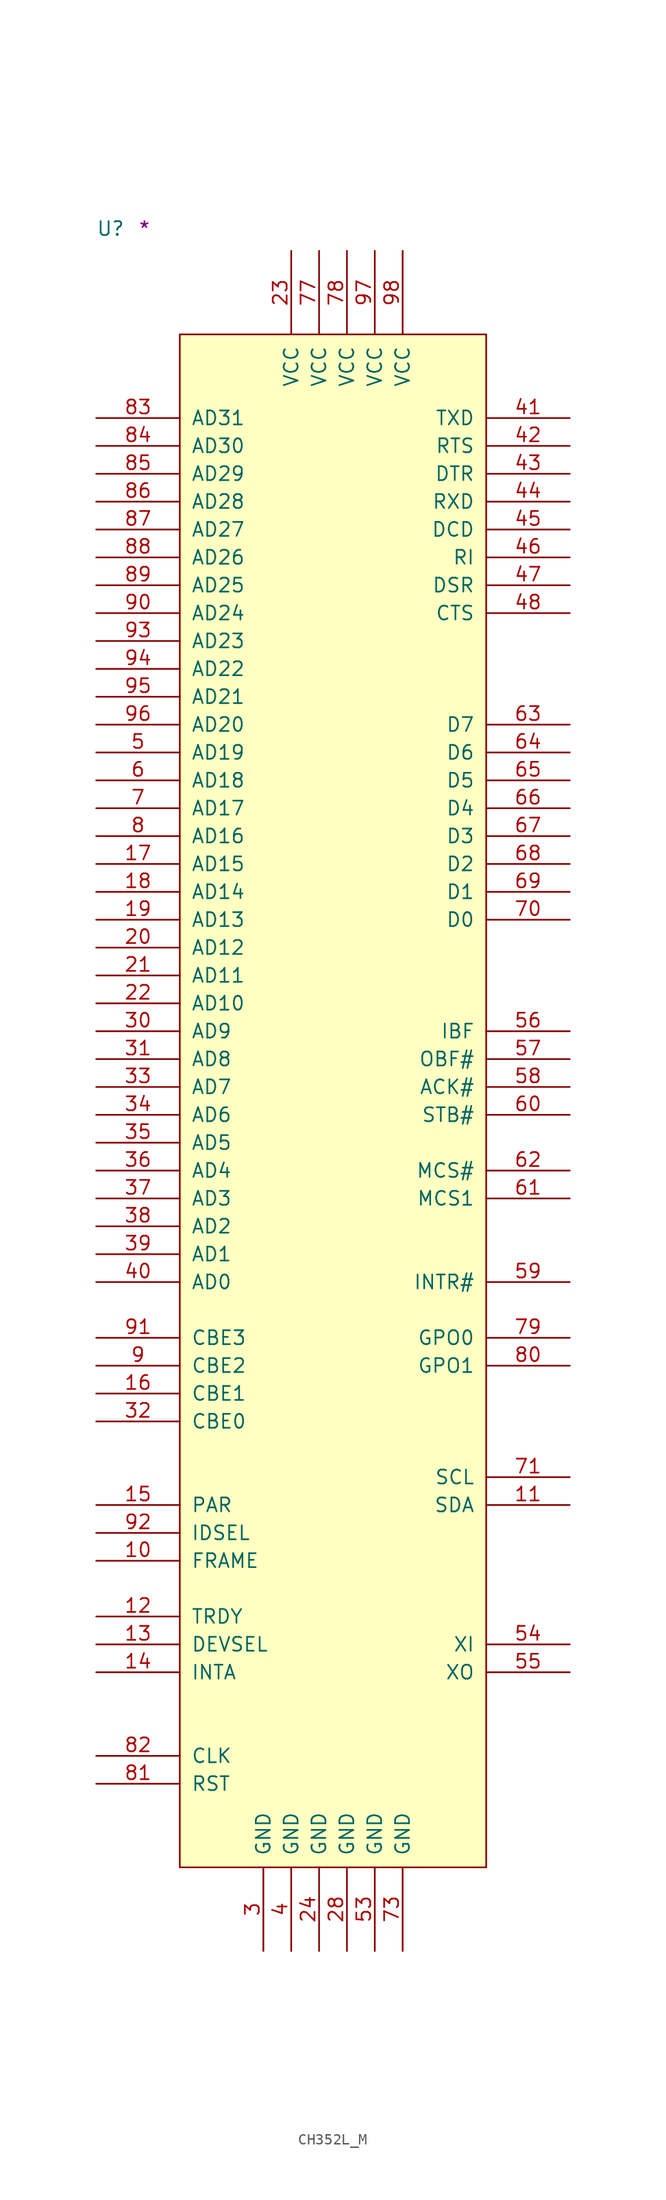
<source format=kicad_sym>
(kicad_symbol_lib
  (version 20211014)
  (generator kicad_symbol_editor)
  (symbol "CH352L_M"
    (pin_names
      (offset 1.016))
    (property "Reference" "U"
      (at -7.62 8.89 0)
      (effects (font (size 1.27 1.27)) (justify left bottom)))
    (property "Comment" "*"
      (at -3.81 8.89 0)
      (effects (font (size 1.27 1.27)) (justify left bottom)))
    (symbol "CH352L_M_1_1"
      (rectangle (start 0 -139.7) (end 27.94 0) (stroke (width 0) (type default) (color 0 0 0 0)) (fill (type background)))
      (pin input line (at -7.62 -111.76 0) (length 7.62) (name "FRAME" (effects (font (size 1.27 1.27)))) (number "10" (effects (font (size 1.27 1.27)))))
      (pin bidirectional line (at 35.56 -106.68 180) (length 7.62) (name "SDA" (effects (font (size 1.27 1.27)))) (number "11" (effects (font (size 1.27 1.27)))))
      (pin tri_state line (at -7.62 -116.84 0) (length 7.62) (name "TRDY" (effects (font (size 1.27 1.27)))) (number "12" (effects (font (size 1.27 1.27)))))
      (pin tri_state line (at -7.62 -119.38 0) (length 7.62) (name "DEVSEL" (effects (font (size 1.27 1.27)))) (number "13" (effects (font (size 1.27 1.27)))))
      (pin tri_state line (at -7.62 -121.92 0) (length 7.62) (name "INTA" (effects (font (size 1.27 1.27)))) (number "14" (effects (font (size 1.27 1.27)))))
      (pin tri_state line (at -7.62 -106.68 0) (length 7.62) (name "PAR" (effects (font (size 1.27 1.27)))) (number "15" (effects (font (size 1.27 1.27)))))
      (pin input line (at -7.62 -96.52 0) (length 7.62) (name "CBE1" (effects (font (size 1.27 1.27)))) (number "16" (effects (font (size 1.27 1.27)))))
      (pin bidirectional line (at -7.62 -48.26 0) (length 7.62) (name "AD15" (effects (font (size 1.27 1.27)))) (number "17" (effects (font (size 1.27 1.27)))))
      (pin bidirectional line (at -7.62 -50.8 0) (length 7.62) (name "AD14" (effects (font (size 1.27 1.27)))) (number "18" (effects (font (size 1.27 1.27)))))
      (pin bidirectional line (at -7.62 -53.34 0) (length 7.62) (name "AD13" (effects (font (size 1.27 1.27)))) (number "19" (effects (font (size 1.27 1.27)))))
      (pin bidirectional line (at -7.62 -55.88 0) (length 7.62) (name "AD12" (effects (font (size 1.27 1.27)))) (number "20" (effects (font (size 1.27 1.27)))))
      (pin bidirectional line (at -7.62 -58.42 0) (length 7.62) (name "AD11" (effects (font (size 1.27 1.27)))) (number "21" (effects (font (size 1.27 1.27)))))
      (pin bidirectional line (at -7.62 -60.96 0) (length 7.62) (name "AD10" (effects (font (size 1.27 1.27)))) (number "22" (effects (font (size 1.27 1.27)))))
      (pin power_in line (at 10.16 7.62 270) (length 7.62) (name "VCC" (effects (font (size 1.27 1.27)))) (number "23" (effects (font (size 1.27 1.27)))))
      (pin power_in line (at 12.7 -147.32 90) (length 7.62) (name "GND" (effects (font (size 1.27 1.27)))) (number "24" (effects (font (size 1.27 1.27)))))
      (pin power_in line (at 15.24 -147.32 90) (length 7.62) (name "GND" (effects (font (size 1.27 1.27)))) (number "28" (effects (font (size 1.27 1.27)))))
      (pin power_in line (at 7.62 -147.32 90) (length 7.62) (name "GND" (effects (font (size 1.27 1.27)))) (number "3" (effects (font (size 1.27 1.27)))))
      (pin bidirectional line (at -7.62 -63.5 0) (length 7.62) (name "AD9" (effects (font (size 1.27 1.27)))) (number "30" (effects (font (size 1.27 1.27)))))
      (pin bidirectional line (at -7.62 -66.04 0) (length 7.62) (name "AD8" (effects (font (size 1.27 1.27)))) (number "31" (effects (font (size 1.27 1.27)))))
      (pin input line (at -7.62 -99.06 0) (length 7.62) (name "CBE0" (effects (font (size 1.27 1.27)))) (number "32" (effects (font (size 1.27 1.27)))))
      (pin bidirectional line (at -7.62 -68.58 0) (length 7.62) (name "AD7" (effects (font (size 1.27 1.27)))) (number "33" (effects (font (size 1.27 1.27)))))
      (pin bidirectional line (at -7.62 -71.12 0) (length 7.62) (name "AD6" (effects (font (size 1.27 1.27)))) (number "34" (effects (font (size 1.27 1.27)))))
      (pin bidirectional line (at -7.62 -73.66 0) (length 7.62) (name "AD5" (effects (font (size 1.27 1.27)))) (number "35" (effects (font (size 1.27 1.27)))))
      (pin bidirectional line (at -7.62 -76.2 0) (length 7.62) (name "AD4" (effects (font (size 1.27 1.27)))) (number "36" (effects (font (size 1.27 1.27)))))
      (pin bidirectional line (at -7.62 -78.74 0) (length 7.62) (name "AD3" (effects (font (size 1.27 1.27)))) (number "37" (effects (font (size 1.27 1.27)))))
      (pin bidirectional line (at -7.62 -81.28 0) (length 7.62) (name "AD2" (effects (font (size 1.27 1.27)))) (number "38" (effects (font (size 1.27 1.27)))))
      (pin bidirectional line (at -7.62 -83.82 0) (length 7.62) (name "AD1" (effects (font (size 1.27 1.27)))) (number "39" (effects (font (size 1.27 1.27)))))
      (pin power_in line (at 10.16 -147.32 90) (length 7.62) (name "GND" (effects (font (size 1.27 1.27)))) (number "4" (effects (font (size 1.27 1.27)))))
      (pin bidirectional line (at -7.62 -86.36 0) (length 7.62) (name "AD0" (effects (font (size 1.27 1.27)))) (number "40" (effects (font (size 1.27 1.27)))))
      (pin output line (at 35.56 -7.62 180) (length 7.62) (name "TXD" (effects (font (size 1.27 1.27)))) (number "41" (effects (font (size 1.27 1.27)))))
      (pin output line (at 35.56 -10.16 180) (length 7.62) (name "RTS" (effects (font (size 1.27 1.27)))) (number "42" (effects (font (size 1.27 1.27)))))
      (pin output line (at 35.56 -12.7 180) (length 7.62) (name "DTR" (effects (font (size 1.27 1.27)))) (number "43" (effects (font (size 1.27 1.27)))))
      (pin input line (at 35.56 -15.24 180) (length 7.62) (name "RXD" (effects (font (size 1.27 1.27)))) (number "44" (effects (font (size 1.27 1.27)))))
      (pin input line (at 35.56 -17.78 180) (length 7.62) (name "DCD" (effects (font (size 1.27 1.27)))) (number "45" (effects (font (size 1.27 1.27)))))
      (pin input line (at 35.56 -20.32 180) (length 7.62) (name "RI" (effects (font (size 1.27 1.27)))) (number "46" (effects (font (size 1.27 1.27)))))
      (pin input line (at 35.56 -22.86 180) (length 7.62) (name "DSR" (effects (font (size 1.27 1.27)))) (number "47" (effects (font (size 1.27 1.27)))))
      (pin input line (at 35.56 -25.4 180) (length 7.62) (name "CTS" (effects (font (size 1.27 1.27)))) (number "48" (effects (font (size 1.27 1.27)))))
      (pin bidirectional line (at -7.62 -38.1 0) (length 7.62) (name "AD19" (effects (font (size 1.27 1.27)))) (number "5" (effects (font (size 1.27 1.27)))))
      (pin power_in line (at 17.78 -147.32 90) (length 7.62) (name "GND" (effects (font (size 1.27 1.27)))) (number "53" (effects (font (size 1.27 1.27)))))
      (pin input line (at 35.56 -119.38 180) (length 7.62) (name "XI" (effects (font (size 1.27 1.27)))) (number "54" (effects (font (size 1.27 1.27)))))
      (pin output line (at 35.56 -121.92 180) (length 7.62) (name "XO" (effects (font (size 1.27 1.27)))) (number "55" (effects (font (size 1.27 1.27)))))
      (pin output line (at 35.56 -63.5 180) (length 7.62) (name "IBF" (effects (font (size 1.27 1.27)))) (number "56" (effects (font (size 1.27 1.27)))))
      (pin output line (at 35.56 -66.04 180) (length 7.62) (name "OBF#" (effects (font (size 1.27 1.27)))) (number "57" (effects (font (size 1.27 1.27)))))
      (pin input line (at 35.56 -68.58 180) (length 7.62) (name "ACK#" (effects (font (size 1.27 1.27)))) (number "58" (effects (font (size 1.27 1.27)))))
      (pin input line (at 35.56 -86.36 180) (length 7.62) (name "INTR#" (effects (font (size 1.27 1.27)))) (number "59" (effects (font (size 1.27 1.27)))))
      (pin bidirectional line (at -7.62 -40.64 0) (length 7.62) (name "AD18" (effects (font (size 1.27 1.27)))) (number "6" (effects (font (size 1.27 1.27)))))
      (pin input line (at 35.56 -71.12 180) (length 7.62) (name "STB#" (effects (font (size 1.27 1.27)))) (number "60" (effects (font (size 1.27 1.27)))))
      (pin input line (at 35.56 -78.74 180) (length 7.62) (name "MCS1" (effects (font (size 1.27 1.27)))) (number "61" (effects (font (size 1.27 1.27)))))
      (pin input line (at 35.56 -76.2 180) (length 7.62) (name "MCS#" (effects (font (size 1.27 1.27)))) (number "62" (effects (font (size 1.27 1.27)))))
      (pin bidirectional line (at 35.56 -35.56 180) (length 7.62) (name "D7" (effects (font (size 1.27 1.27)))) (number "63" (effects (font (size 1.27 1.27)))))
      (pin bidirectional line (at 35.56 -38.1 180) (length 7.62) (name "D6" (effects (font (size 1.27 1.27)))) (number "64" (effects (font (size 1.27 1.27)))))
      (pin bidirectional line (at 35.56 -40.64 180) (length 7.62) (name "D5" (effects (font (size 1.27 1.27)))) (number "65" (effects (font (size 1.27 1.27)))))
      (pin bidirectional line (at 35.56 -43.18 180) (length 7.62) (name "D4" (effects (font (size 1.27 1.27)))) (number "66" (effects (font (size 1.27 1.27)))))
      (pin bidirectional line (at 35.56 -45.72 180) (length 7.62) (name "D3" (effects (font (size 1.27 1.27)))) (number "67" (effects (font (size 1.27 1.27)))))
      (pin bidirectional line (at 35.56 -48.26 180) (length 7.62) (name "D2" (effects (font (size 1.27 1.27)))) (number "68" (effects (font (size 1.27 1.27)))))
      (pin bidirectional line (at 35.56 -50.8 180) (length 7.62) (name "D1" (effects (font (size 1.27 1.27)))) (number "69" (effects (font (size 1.27 1.27)))))
      (pin bidirectional line (at -7.62 -43.18 0) (length 7.62) (name "AD17" (effects (font (size 1.27 1.27)))) (number "7" (effects (font (size 1.27 1.27)))))
      (pin bidirectional line (at 35.56 -53.34 180) (length 7.62) (name "D0" (effects (font (size 1.27 1.27)))) (number "70" (effects (font (size 1.27 1.27)))))
      (pin bidirectional line (at 35.56 -104.14 180) (length 7.62) (name "SCL" (effects (font (size 1.27 1.27)))) (number "71" (effects (font (size 1.27 1.27)))))
      (pin power_in line (at 20.32 -147.32 90) (length 7.62) (name "GND" (effects (font (size 1.27 1.27)))) (number "73" (effects (font (size 1.27 1.27)))))
      (pin power_in line (at 12.7 7.62 270) (length 7.62) (name "VCC" (effects (font (size 1.27 1.27)))) (number "77" (effects (font (size 1.27 1.27)))))
      (pin power_in line (at 15.24 7.62 270) (length 7.62) (name "VCC" (effects (font (size 1.27 1.27)))) (number "78" (effects (font (size 1.27 1.27)))))
      (pin output line (at 35.56 -91.44 180) (length 7.62) (name "GPO0" (effects (font (size 1.27 1.27)))) (number "79" (effects (font (size 1.27 1.27)))))
      (pin bidirectional line (at -7.62 -45.72 0) (length 7.62) (name "AD16" (effects (font (size 1.27 1.27)))) (number "8" (effects (font (size 1.27 1.27)))))
      (pin output line (at 35.56 -93.98 180) (length 7.62) (name "GPO1" (effects (font (size 1.27 1.27)))) (number "80" (effects (font (size 1.27 1.27)))))
      (pin input line (at -7.62 -132.08 0) (length 7.62) (name "RST" (effects (font (size 1.27 1.27)))) (number "81" (effects (font (size 1.27 1.27)))))
      (pin input line (at -7.62 -129.54 0) (length 7.62) (name "CLK" (effects (font (size 1.27 1.27)))) (number "82" (effects (font (size 1.27 1.27)))))
      (pin bidirectional line (at -7.62 -7.62 0) (length 7.62) (name "AD31" (effects (font (size 1.27 1.27)))) (number "83" (effects (font (size 1.27 1.27)))))
      (pin bidirectional line (at -7.62 -10.16 0) (length 7.62) (name "AD30" (effects (font (size 1.27 1.27)))) (number "84" (effects (font (size 1.27 1.27)))))
      (pin bidirectional line (at -7.62 -12.7 0) (length 7.62) (name "AD29" (effects (font (size 1.27 1.27)))) (number "85" (effects (font (size 1.27 1.27)))))
      (pin bidirectional line (at -7.62 -15.24 0) (length 7.62) (name "AD28" (effects (font (size 1.27 1.27)))) (number "86" (effects (font (size 1.27 1.27)))))
      (pin bidirectional line (at -7.62 -17.78 0) (length 7.62) (name "AD27" (effects (font (size 1.27 1.27)))) (number "87" (effects (font (size 1.27 1.27)))))
      (pin bidirectional line (at -7.62 -20.32 0) (length 7.62) (name "AD26" (effects (font (size 1.27 1.27)))) (number "88" (effects (font (size 1.27 1.27)))))
      (pin bidirectional line (at -7.62 -22.86 0) (length 7.62) (name "AD25" (effects (font (size 1.27 1.27)))) (number "89" (effects (font (size 1.27 1.27)))))
      (pin input line (at -7.62 -93.98 0) (length 7.62) (name "CBE2" (effects (font (size 1.27 1.27)))) (number "9" (effects (font (size 1.27 1.27)))))
      (pin bidirectional line (at -7.62 -25.4 0) (length 7.62) (name "AD24" (effects (font (size 1.27 1.27)))) (number "90" (effects (font (size 1.27 1.27)))))
      (pin input line (at -7.62 -91.44 0) (length 7.62) (name "CBE3" (effects (font (size 1.27 1.27)))) (number "91" (effects (font (size 1.27 1.27)))))
      (pin input line (at -7.62 -109.22 0) (length 7.62) (name "IDSEL" (effects (font (size 1.27 1.27)))) (number "92" (effects (font (size 1.27 1.27)))))
      (pin bidirectional line (at -7.62 -27.94 0) (length 7.62) (name "AD23" (effects (font (size 1.27 1.27)))) (number "93" (effects (font (size 1.27 1.27)))))
      (pin bidirectional line (at -7.62 -30.48 0) (length 7.62) (name "AD22" (effects (font (size 1.27 1.27)))) (number "94" (effects (font (size 1.27 1.27)))))
      (pin bidirectional line (at -7.62 -33.02 0) (length 7.62) (name "AD21" (effects (font (size 1.27 1.27)))) (number "95" (effects (font (size 1.27 1.27)))))
      (pin bidirectional line (at -7.62 -35.56 0) (length 7.62) (name "AD20" (effects (font (size 1.27 1.27)))) (number "96" (effects (font (size 1.27 1.27)))))
      (pin power_in line (at 17.78 7.62 270) (length 7.62) (name "VCC" (effects (font (size 1.27 1.27)))) (number "97" (effects (font (size 1.27 1.27)))))
      (pin power_in line (at 20.32 7.62 270) (length 7.62) (name "VCC" (effects (font (size 1.27 1.27)))) (number "98" (effects (font (size 1.27 1.27))))))))
</source>
